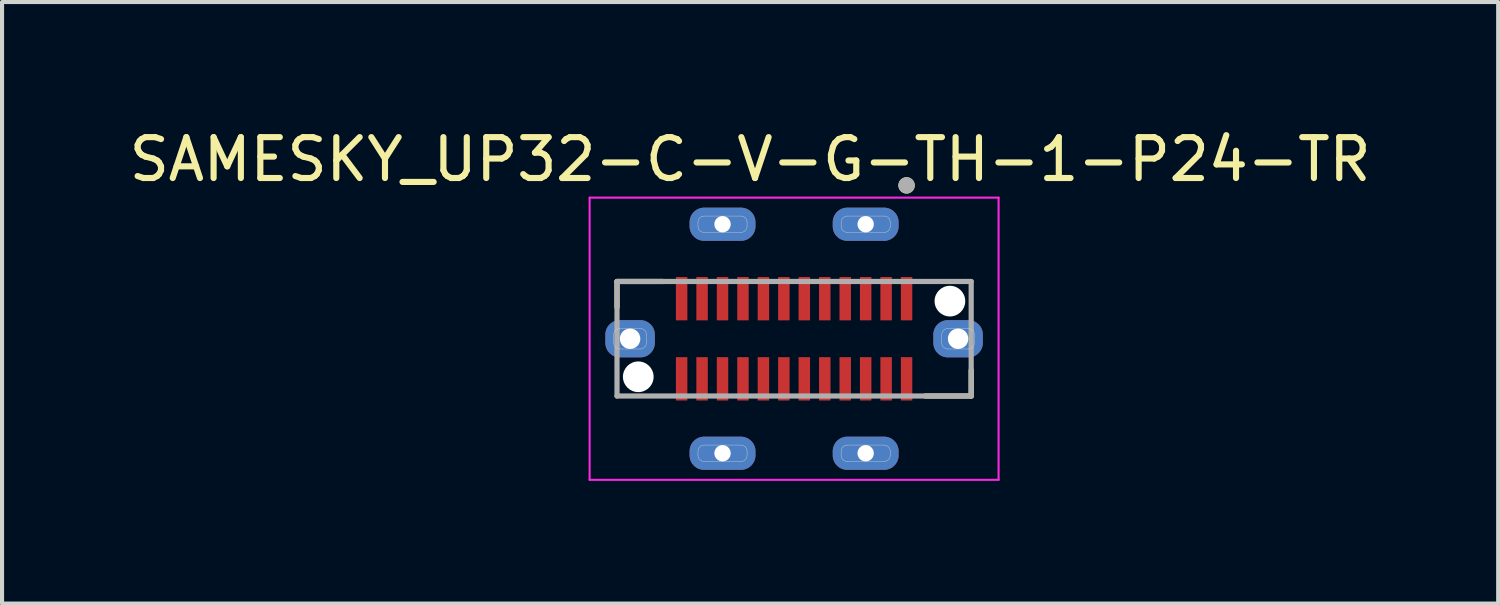
<source format=kicad_pcb>
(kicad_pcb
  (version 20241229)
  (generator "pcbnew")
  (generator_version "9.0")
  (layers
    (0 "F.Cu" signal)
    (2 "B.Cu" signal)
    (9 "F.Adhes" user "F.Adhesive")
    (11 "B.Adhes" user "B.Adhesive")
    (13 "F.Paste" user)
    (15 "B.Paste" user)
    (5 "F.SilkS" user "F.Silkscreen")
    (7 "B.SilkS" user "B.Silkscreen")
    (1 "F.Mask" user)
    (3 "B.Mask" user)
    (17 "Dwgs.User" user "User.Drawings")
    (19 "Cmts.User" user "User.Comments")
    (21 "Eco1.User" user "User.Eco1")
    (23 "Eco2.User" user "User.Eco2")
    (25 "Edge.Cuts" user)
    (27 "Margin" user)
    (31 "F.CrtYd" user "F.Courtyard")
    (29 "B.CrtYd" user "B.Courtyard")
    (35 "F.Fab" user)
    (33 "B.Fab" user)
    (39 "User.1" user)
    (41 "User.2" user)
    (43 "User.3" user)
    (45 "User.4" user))
  (footprint "SAMESKY_UP32-C-V-G-TH-1-P24-TR"
    (layer "F.Cu")
    (at 16.367 5.233)
    (property "Reference" "SAMESKY_UP32-C-V-G-TH-1-P24-TR" (at -1.075 -4.385 0) (layer "F.SilkS") (effects (font (size 1 1) (thickness 0.15))))
    (attr smd)
    (fp_poly (pts (xy -4.26 -0.55) (xy -3.76 -0.55) (xy -3.736 -0.549) (xy -3.713 -0.548) (xy -3.69 -0.544) (xy -3.666 -0.54) (xy -3.644 -0.535) (xy -3.621 -0.528) (xy -3.599 -0.52) (xy -3.577 -0.511) (xy -3.556 -0.501) (xy -3.535 -0.49) (xy -3.515 -0.477) (xy -3.495 -0.464) (xy -3.477 -0.45) (xy -3.459 -0.434) (xy -3.442 -0.418) (xy -3.426 -0.401) (xy -3.41 -0.383) (xy -3.396 -0.365) (xy -3.383 -0.345) (xy -3.37 -0.325) (xy -3.359 -0.304) (xy -3.349 -0.283) (xy -3.34 -0.261) (xy -3.332 -0.239) (xy -3.325 -0.216) (xy -3.32 -0.194) (xy -3.316 -0.17) (xy -3.312 -0.147) (xy -3.311 -0.124) (xy -3.31 -0.1) (xy -3.31 0.1) (xy -3.311 0.124) (xy -3.312 0.147) (xy -3.316 0.17) (xy -3.32 0.194) (xy -3.325 0.216) (xy -3.332 0.239) (xy -3.34 0.261) (xy -3.349 0.283) (xy -3.359 0.304) (xy -3.37 0.325) (xy -3.383 0.345) (xy -3.396 0.365) (xy -3.41 0.383) (xy -3.426 0.401) (xy -3.442 0.418) (xy -3.459 0.434) (xy -3.477 0.45) (xy -3.495 0.464) (xy -3.515 0.477) (xy -3.535 0.49) (xy -3.556 0.501) (xy -3.577 0.511) (xy -3.599 0.52) (xy -3.621 0.528) (xy -3.644 0.535) (xy -3.666 0.54) (xy -3.69 0.544) (xy -3.713 0.548) (xy -3.736 0.549) (xy -3.76 0.55) (xy -4.26 0.55) (xy -4.284 0.549) (xy -4.307 0.548) (xy -4.33 0.544) (xy -4.354 0.54) (xy -4.376 0.535) (xy -4.399 0.528) (xy -4.421 0.52) (xy -4.443 0.511) (xy -4.464 0.501) (xy -4.485 0.49) (xy -4.505 0.477) (xy -4.525 0.464) (xy -4.543 0.45) (xy -4.561 0.434) (xy -4.578 0.418) (xy -4.594 0.401) (xy -4.61 0.383) (xy -4.624 0.365) (xy -4.637 0.345) (xy -4.65 0.325) (xy -4.661 0.304) (xy -4.671 0.283) (xy -4.68 0.261) (xy -4.688 0.239) (xy -4.695 0.216) (xy -4.7 0.194) (xy -4.704 0.17) (xy -4.708 0.147) (xy -4.709 0.124) (xy -4.71 0.1) (xy -4.71 -0.1) (xy -4.709 -0.124) (xy -4.708 -0.147) (xy -4.704 -0.17) (xy -4.7 -0.194) (xy -4.695 -0.216) (xy -4.688 -0.239) (xy -4.68 -0.261) (xy -4.671 -0.283) (xy -4.661 -0.304) (xy -4.65 -0.325) (xy -4.637 -0.345) (xy -4.624 -0.365) (xy -4.61 -0.383) (xy -4.594 -0.401) (xy -4.578 -0.418) (xy -4.561 -0.434) (xy -4.543 -0.45) (xy -4.525 -0.464) (xy -4.505 -0.477) (xy -4.485 -0.49) (xy -4.464 -0.501) (xy -4.443 -0.511) (xy -4.421 -0.52) (xy -4.399 -0.528) (xy -4.376 -0.535) (xy -4.354 -0.54) (xy -4.33 -0.544) (xy -4.307 -0.548) (xy -4.284 -0.549) (xy -4.26 -0.55)) (stroke (width 0.01) (type solid)) (fill yes) (layer "F.Mask"))
    (fp_poly (pts (xy -2.65 -2.75) (xy -2.65 -2.85) (xy -2.649 -2.874) (xy -2.648 -2.897) (xy -2.644 -2.92) (xy -2.64 -2.944) (xy -2.635 -2.966) (xy -2.628 -2.989) (xy -2.62 -3.011) (xy -2.611 -3.033) (xy -2.601 -3.054) (xy -2.59 -3.075) (xy -2.577 -3.095) (xy -2.564 -3.115) (xy -2.55 -3.133) (xy -2.534 -3.151) (xy -2.518 -3.168) (xy -2.501 -3.184) (xy -2.483 -3.2) (xy -2.465 -3.214) (xy -2.445 -3.227) (xy -2.425 -3.24) (xy -2.404 -3.251) (xy -2.383 -3.261) (xy -2.361 -3.27) (xy -2.339 -3.278) (xy -2.316 -3.285) (xy -2.294 -3.29) (xy -2.27 -3.294) (xy -2.247 -3.298) (xy -2.224 -3.299) (xy -2.2 -3.3) (xy -1.3 -3.3) (xy -1.276 -3.299) (xy -1.253 -3.298) (xy -1.23 -3.294) (xy -1.206 -3.29) (xy -1.184 -3.285) (xy -1.161 -3.278) (xy -1.139 -3.27) (xy -1.117 -3.261) (xy -1.096 -3.251) (xy -1.075 -3.24) (xy -1.055 -3.227) (xy -1.035 -3.214) (xy -1.017 -3.2) (xy -0.999 -3.184) (xy -0.982 -3.168) (xy -0.966 -3.151) (xy -0.95 -3.133) (xy -0.936 -3.115) (xy -0.923 -3.095) (xy -0.91 -3.075) (xy -0.899 -3.054) (xy -0.889 -3.033) (xy -0.88 -3.011) (xy -0.872 -2.989) (xy -0.865 -2.966) (xy -0.86 -2.944) (xy -0.856 -2.92) (xy -0.852 -2.897) (xy -0.851 -2.874) (xy -0.85 -2.85) (xy -0.85 -2.75) (xy -0.851 -2.726) (xy -0.852 -2.703) (xy -0.856 -2.68) (xy -0.86 -2.656) (xy -0.865 -2.634) (xy -0.872 -2.611) (xy -0.88 -2.589) (xy -0.889 -2.567) (xy -0.899 -2.546) (xy -0.91 -2.525) (xy -0.923 -2.505) (xy -0.936 -2.485) (xy -0.95 -2.467) (xy -0.966 -2.449) (xy -0.982 -2.432) (xy -0.999 -2.416) (xy -1.017 -2.4) (xy -1.035 -2.386) (xy -1.055 -2.373) (xy -1.075 -2.36) (xy -1.096 -2.349) (xy -1.117 -2.339) (xy -1.139 -2.33) (xy -1.161 -2.322) (xy -1.184 -2.315) (xy -1.206 -2.31) (xy -1.23 -2.306) (xy -1.253 -2.302) (xy -1.276 -2.301) (xy -1.3 -2.3) (xy -2.2 -2.3) (xy -2.224 -2.301) (xy -2.247 -2.302) (xy -2.27 -2.306) (xy -2.294 -2.31) (xy -2.316 -2.315) (xy -2.339 -2.322) (xy -2.361 -2.33) (xy -2.383 -2.339) (xy -2.404 -2.349) (xy -2.425 -2.36) (xy -2.445 -2.373) (xy -2.465 -2.386) (xy -2.483 -2.4) (xy -2.501 -2.416) (xy -2.518 -2.432) (xy -2.534 -2.449) (xy -2.55 -2.467) (xy -2.564 -2.485) (xy -2.577 -2.505) (xy -2.59 -2.525) (xy -2.601 -2.546) (xy -2.611 -2.567) (xy -2.62 -2.589) (xy -2.628 -2.611) (xy -2.635 -2.634) (xy -2.64 -2.656) (xy -2.644 -2.68) (xy -2.648 -2.703) (xy -2.649 -2.726) (xy -2.65 -2.75)) (stroke (width 0.01) (type solid)) (fill yes) (layer "F.Mask"))
    (fp_poly (pts (xy -2.65 2.85) (xy -2.65 2.75) (xy -2.649 2.726) (xy -2.648 2.703) (xy -2.644 2.68) (xy -2.64 2.656) (xy -2.635 2.634) (xy -2.628 2.611) (xy -2.62 2.589) (xy -2.611 2.567) (xy -2.601 2.546) (xy -2.59 2.525) (xy -2.577 2.505) (xy -2.564 2.485) (xy -2.55 2.467) (xy -2.534 2.449) (xy -2.518 2.432) (xy -2.501 2.416) (xy -2.483 2.4) (xy -2.465 2.386) (xy -2.445 2.373) (xy -2.425 2.36) (xy -2.404 2.349) (xy -2.383 2.339) (xy -2.361 2.33) (xy -2.339 2.322) (xy -2.316 2.315) (xy -2.294 2.31) (xy -2.27 2.306) (xy -2.247 2.302) (xy -2.224 2.301) (xy -2.2 2.3) (xy -1.3 2.3) (xy -1.276 2.301) (xy -1.253 2.302) (xy -1.23 2.306) (xy -1.206 2.31) (xy -1.184 2.315) (xy -1.161 2.322) (xy -1.139 2.33) (xy -1.117 2.339) (xy -1.096 2.349) (xy -1.075 2.36) (xy -1.055 2.373) (xy -1.035 2.386) (xy -1.017 2.4) (xy -0.999 2.416) (xy -0.982 2.432) (xy -0.966 2.449) (xy -0.95 2.467) (xy -0.936 2.485) (xy -0.923 2.505) (xy -0.91 2.525) (xy -0.899 2.546) (xy -0.889 2.567) (xy -0.88 2.589) (xy -0.872 2.611) (xy -0.865 2.634) (xy -0.86 2.656) (xy -0.856 2.68) (xy -0.852 2.703) (xy -0.851 2.726) (xy -0.85 2.75) (xy -0.85 2.85) (xy -0.851 2.874) (xy -0.852 2.897) (xy -0.856 2.92) (xy -0.86 2.944) (xy -0.865 2.966) (xy -0.872 2.989) (xy -0.88 3.011) (xy -0.889 3.033) (xy -0.899 3.054) (xy -0.91 3.075) (xy -0.923 3.095) (xy -0.936 3.115) (xy -0.95 3.133) (xy -0.966 3.151) (xy -0.982 3.168) (xy -0.999 3.184) (xy -1.017 3.2) (xy -1.035 3.214) (xy -1.055 3.227) (xy -1.075 3.24) (xy -1.096 3.251) (xy -1.117 3.261) (xy -1.139 3.27) (xy -1.161 3.278) (xy -1.184 3.285) (xy -1.206 3.29) (xy -1.23 3.294) (xy -1.253 3.298) (xy -1.276 3.299) (xy -1.3 3.3) (xy -2.2 3.3) (xy -2.224 3.299) (xy -2.247 3.298) (xy -2.27 3.294) (xy -2.294 3.29) (xy -2.316 3.285) (xy -2.339 3.278) (xy -2.361 3.27) (xy -2.383 3.261) (xy -2.404 3.251) (xy -2.425 3.24) (xy -2.445 3.227) (xy -2.465 3.214) (xy -2.483 3.2) (xy -2.501 3.184) (xy -2.518 3.168) (xy -2.534 3.151) (xy -2.55 3.133) (xy -2.564 3.115) (xy -2.577 3.095) (xy -2.59 3.075) (xy -2.601 3.054) (xy -2.611 3.033) (xy -2.62 3.011) (xy -2.628 2.989) (xy -2.635 2.966) (xy -2.64 2.944) (xy -2.644 2.92) (xy -2.648 2.897) (xy -2.649 2.874) (xy -2.65 2.85)) (stroke (width 0.01) (type solid)) (fill yes) (layer "F.Mask"))
    (fp_poly (pts (xy 0.85 -2.75) (xy 0.85 -2.85) (xy 0.851 -2.874) (xy 0.852 -2.897) (xy 0.856 -2.92) (xy 0.86 -2.944) (xy 0.865 -2.966) (xy 0.872 -2.989) (xy 0.88 -3.011) (xy 0.889 -3.033) (xy 0.899 -3.054) (xy 0.91 -3.075) (xy 0.923 -3.095) (xy 0.936 -3.115) (xy 0.95 -3.133) (xy 0.966 -3.151) (xy 0.982 -3.168) (xy 0.999 -3.184) (xy 1.017 -3.2) (xy 1.035 -3.214) (xy 1.055 -3.227) (xy 1.075 -3.24) (xy 1.096 -3.251) (xy 1.117 -3.261) (xy 1.139 -3.27) (xy 1.161 -3.278) (xy 1.184 -3.285) (xy 1.206 -3.29) (xy 1.23 -3.294) (xy 1.253 -3.298) (xy 1.276 -3.299) (xy 1.3 -3.3) (xy 2.2 -3.3) (xy 2.224 -3.299) (xy 2.247 -3.298) (xy 2.27 -3.294) (xy 2.294 -3.29) (xy 2.316 -3.285) (xy 2.339 -3.278) (xy 2.361 -3.27) (xy 2.383 -3.261) (xy 2.404 -3.251) (xy 2.425 -3.24) (xy 2.445 -3.227) (xy 2.465 -3.214) (xy 2.483 -3.2) (xy 2.501 -3.184) (xy 2.518 -3.168) (xy 2.534 -3.151) (xy 2.55 -3.133) (xy 2.564 -3.115) (xy 2.577 -3.095) (xy 2.59 -3.075) (xy 2.601 -3.054) (xy 2.611 -3.033) (xy 2.62 -3.011) (xy 2.628 -2.989) (xy 2.635 -2.966) (xy 2.64 -2.944) (xy 2.644 -2.92) (xy 2.648 -2.897) (xy 2.649 -2.874) (xy 2.65 -2.85) (xy 2.65 -2.75) (xy 2.649 -2.726) (xy 2.648 -2.703) (xy 2.644 -2.68) (xy 2.64 -2.656) (xy 2.635 -2.634) (xy 2.628 -2.611) (xy 2.62 -2.589) (xy 2.611 -2.567) (xy 2.601 -2.546) (xy 2.59 -2.525) (xy 2.577 -2.505) (xy 2.564 -2.485) (xy 2.55 -2.467) (xy 2.534 -2.449) (xy 2.518 -2.432) (xy 2.501 -2.416) (xy 2.483 -2.4) (xy 2.465 -2.386) (xy 2.445 -2.373) (xy 2.425 -2.36) (xy 2.404 -2.349) (xy 2.383 -2.339) (xy 2.361 -2.33) (xy 2.339 -2.322) (xy 2.316 -2.315) (xy 2.294 -2.31) (xy 2.27 -2.306) (xy 2.247 -2.302) (xy 2.224 -2.301) (xy 2.2 -2.3) (xy 1.3 -2.3) (xy 1.276 -2.301) (xy 1.253 -2.302) (xy 1.23 -2.306) (xy 1.206 -2.31) (xy 1.184 -2.315) (xy 1.161 -2.322) (xy 1.139 -2.33) (xy 1.117 -2.339) (xy 1.096 -2.349) (xy 1.075 -2.36) (xy 1.055 -2.373) (xy 1.035 -2.386) (xy 1.017 -2.4) (xy 0.999 -2.416) (xy 0.982 -2.432) (xy 0.966 -2.449) (xy 0.95 -2.467) (xy 0.936 -2.485) (xy 0.923 -2.505) (xy 0.91 -2.525) (xy 0.899 -2.546) (xy 0.889 -2.567) (xy 0.88 -2.589) (xy 0.872 -2.611) (xy 0.865 -2.634) (xy 0.86 -2.656) (xy 0.856 -2.68) (xy 0.852 -2.703) (xy 0.851 -2.726) (xy 0.85 -2.75)) (stroke (width 0.01) (type solid)) (fill yes) (layer "F.Mask"))
    (fp_poly (pts (xy 0.85 2.85) (xy 0.85 2.75) (xy 0.851 2.726) (xy 0.852 2.703) (xy 0.856 2.68) (xy 0.86 2.656) (xy 0.865 2.634) (xy 0.872 2.611) (xy 0.88 2.589) (xy 0.889 2.567) (xy 0.899 2.546) (xy 0.91 2.525) (xy 0.923 2.505) (xy 0.936 2.485) (xy 0.95 2.467) (xy 0.966 2.449) (xy 0.982 2.432) (xy 0.999 2.416) (xy 1.017 2.4) (xy 1.035 2.386) (xy 1.055 2.373) (xy 1.075 2.36) (xy 1.096 2.349) (xy 1.117 2.339) (xy 1.139 2.33) (xy 1.161 2.322) (xy 1.184 2.315) (xy 1.206 2.31) (xy 1.23 2.306) (xy 1.253 2.302) (xy 1.276 2.301) (xy 1.3 2.3) (xy 2.2 2.3) (xy 2.224 2.301) (xy 2.247 2.302) (xy 2.27 2.306) (xy 2.294 2.31) (xy 2.316 2.315) (xy 2.339 2.322) (xy 2.361 2.33) (xy 2.383 2.339) (xy 2.404 2.349) (xy 2.425 2.36) (xy 2.445 2.373) (xy 2.465 2.386) (xy 2.483 2.4) (xy 2.501 2.416) (xy 2.518 2.432) (xy 2.534 2.449) (xy 2.55 2.467) (xy 2.564 2.485) (xy 2.577 2.505) (xy 2.59 2.525) (xy 2.601 2.546) (xy 2.611 2.567) (xy 2.62 2.589) (xy 2.628 2.611) (xy 2.635 2.634) (xy 2.64 2.656) (xy 2.644 2.68) (xy 2.648 2.703) (xy 2.649 2.726) (xy 2.65 2.75) (xy 2.65 2.85) (xy 2.649 2.874) (xy 2.648 2.897) (xy 2.644 2.92) (xy 2.64 2.944) (xy 2.635 2.966) (xy 2.628 2.989) (xy 2.62 3.011) (xy 2.611 3.033) (xy 2.601 3.054) (xy 2.59 3.075) (xy 2.577 3.095) (xy 2.564 3.115) (xy 2.55 3.133) (xy 2.534 3.151) (xy 2.518 3.168) (xy 2.501 3.184) (xy 2.483 3.2) (xy 2.465 3.214) (xy 2.445 3.227) (xy 2.425 3.24) (xy 2.404 3.251) (xy 2.383 3.261) (xy 2.361 3.27) (xy 2.339 3.278) (xy 2.316 3.285) (xy 2.294 3.29) (xy 2.27 3.294) (xy 2.247 3.298) (xy 2.224 3.299) (xy 2.2 3.3) (xy 1.3 3.3) (xy 1.276 3.299) (xy 1.253 3.298) (xy 1.23 3.294) (xy 1.206 3.29) (xy 1.184 3.285) (xy 1.161 3.278) (xy 1.139 3.27) (xy 1.117 3.261) (xy 1.096 3.251) (xy 1.075 3.24) (xy 1.055 3.227) (xy 1.035 3.214) (xy 1.017 3.2) (xy 0.999 3.184) (xy 0.982 3.168) (xy 0.966 3.151) (xy 0.95 3.133) (xy 0.936 3.115) (xy 0.923 3.095) (xy 0.91 3.075) (xy 0.899 3.054) (xy 0.889 3.033) (xy 0.88 3.011) (xy 0.872 2.989) (xy 0.865 2.966) (xy 0.86 2.944) (xy 0.856 2.92) (xy 0.852 2.897) (xy 0.851 2.874) (xy 0.85 2.85)) (stroke (width 0.01) (type solid)) (fill yes) (layer "F.Mask"))
    (fp_poly (pts (xy 3.76 -0.55) (xy 4.26 -0.55) (xy 4.284 -0.549) (xy 4.307 -0.548) (xy 4.33 -0.544) (xy 4.354 -0.54) (xy 4.376 -0.535) (xy 4.399 -0.528) (xy 4.421 -0.52) (xy 4.443 -0.511) (xy 4.464 -0.501) (xy 4.485 -0.49) (xy 4.505 -0.477) (xy 4.525 -0.464) (xy 4.543 -0.45) (xy 4.561 -0.434) (xy 4.578 -0.418) (xy 4.594 -0.401) (xy 4.61 -0.383) (xy 4.624 -0.365) (xy 4.637 -0.345) (xy 4.65 -0.325) (xy 4.661 -0.304) (xy 4.671 -0.283) (xy 4.68 -0.261) (xy 4.688 -0.239) (xy 4.695 -0.216) (xy 4.7 -0.194) (xy 4.704 -0.17) (xy 4.708 -0.147) (xy 4.709 -0.124) (xy 4.71 -0.1) (xy 4.71 0.1) (xy 4.709 0.124) (xy 4.708 0.147) (xy 4.704 0.17) (xy 4.7 0.194) (xy 4.695 0.216) (xy 4.688 0.239) (xy 4.68 0.261) (xy 4.671 0.283) (xy 4.661 0.304) (xy 4.65 0.325) (xy 4.637 0.345) (xy 4.624 0.365) (xy 4.61 0.383) (xy 4.594 0.401) (xy 4.578 0.418) (xy 4.561 0.434) (xy 4.543 0.45) (xy 4.525 0.464) (xy 4.505 0.477) (xy 4.485 0.49) (xy 4.464 0.501) (xy 4.443 0.511) (xy 4.421 0.52) (xy 4.399 0.528) (xy 4.376 0.535) (xy 4.354 0.54) (xy 4.33 0.544) (xy 4.307 0.548) (xy 4.284 0.549) (xy 4.26 0.55) (xy 3.76 0.55) (xy 3.736 0.549) (xy 3.713 0.548) (xy 3.69 0.544) (xy 3.666 0.54) (xy 3.644 0.535) (xy 3.621 0.528) (xy 3.599 0.52) (xy 3.577 0.511) (xy 3.556 0.501) (xy 3.535 0.49) (xy 3.515 0.477) (xy 3.495 0.464) (xy 3.477 0.45) (xy 3.459 0.434) (xy 3.442 0.418) (xy 3.426 0.401) (xy 3.41 0.383) (xy 3.396 0.365) (xy 3.383 0.345) (xy 3.37 0.325) (xy 3.359 0.304) (xy 3.349 0.283) (xy 3.34 0.261) (xy 3.332 0.239) (xy 3.325 0.216) (xy 3.32 0.194) (xy 3.316 0.17) (xy 3.312 0.147) (xy 3.311 0.124) (xy 3.31 0.1) (xy 3.31 -0.1) (xy 3.311 -0.124) (xy 3.312 -0.147) (xy 3.316 -0.17) (xy 3.32 -0.194) (xy 3.325 -0.216) (xy 3.332 -0.239) (xy 3.34 -0.261) (xy 3.349 -0.283) (xy 3.359 -0.304) (xy 3.37 -0.325) (xy 3.383 -0.345) (xy 3.396 -0.365) (xy 3.41 -0.383) (xy 3.426 -0.401) (xy 3.442 -0.418) (xy 3.459 -0.434) (xy 3.477 -0.45) (xy 3.495 -0.464) (xy 3.515 -0.477) (xy 3.535 -0.49) (xy 3.556 -0.501) (xy 3.577 -0.511) (xy 3.599 -0.52) (xy 3.621 -0.528) (xy 3.644 -0.535) (xy 3.666 -0.54) (xy 3.69 -0.544) (xy 3.713 -0.548) (xy 3.736 -0.549) (xy 3.76 -0.55)) (stroke (width 0.01) (type solid)) (fill yes) (layer "F.Mask"))
    (fp_poly (pts (xy -3.76 -0.55) (xy -4.26 -0.55) (xy -4.284 -0.549) (xy -4.307 -0.548) (xy -4.33 -0.544) (xy -4.354 -0.54) (xy -4.376 -0.535) (xy -4.399 -0.528) (xy -4.421 -0.52) (xy -4.443 -0.511) (xy -4.464 -0.501) (xy -4.485 -0.49) (xy -4.505 -0.477) (xy -4.525 -0.464) (xy -4.543 -0.45) (xy -4.561 -0.434) (xy -4.578 -0.418) (xy -4.594 -0.401) (xy -4.61 -0.383) (xy -4.624 -0.365) (xy -4.637 -0.345) (xy -4.65 -0.325) (xy -4.661 -0.304) (xy -4.671 -0.283) (xy -4.68 -0.261) (xy -4.688 -0.239) (xy -4.695 -0.216) (xy -4.7 -0.194) (xy -4.704 -0.17) (xy -4.708 -0.147) (xy -4.709 -0.124) (xy -4.71 -0.1) (xy -4.71 0.1) (xy -4.709 0.124) (xy -4.708 0.147) (xy -4.704 0.17) (xy -4.7 0.194) (xy -4.695 0.216) (xy -4.688 0.239) (xy -4.68 0.261) (xy -4.671 0.283) (xy -4.661 0.304) (xy -4.65 0.325) (xy -4.637 0.345) (xy -4.624 0.365) (xy -4.61 0.383) (xy -4.594 0.401) (xy -4.578 0.418) (xy -4.561 0.434) (xy -4.543 0.45) (xy -4.525 0.464) (xy -4.505 0.477) (xy -4.485 0.49) (xy -4.464 0.501) (xy -4.443 0.511) (xy -4.421 0.52) (xy -4.399 0.528) (xy -4.376 0.535) (xy -4.354 0.54) (xy -4.33 0.544) (xy -4.307 0.548) (xy -4.284 0.549) (xy -4.26 0.55) (xy -3.76 0.55) (xy -3.736 0.549) (xy -3.713 0.548) (xy -3.69 0.544) (xy -3.666 0.54) (xy -3.644 0.535) (xy -3.621 0.528) (xy -3.599 0.52) (xy -3.577 0.511) (xy -3.556 0.501) (xy -3.535 0.49) (xy -3.515 0.477) (xy -3.495 0.464) (xy -3.477 0.45) (xy -3.459 0.434) (xy -3.442 0.418) (xy -3.426 0.401) (xy -3.41 0.383) (xy -3.396 0.365) (xy -3.383 0.345) (xy -3.37 0.325) (xy -3.359 0.304) (xy -3.349 0.283) (xy -3.34 0.261) (xy -3.332 0.239) (xy -3.325 0.216) (xy -3.32 0.194) (xy -3.316 0.17) (xy -3.312 0.147) (xy -3.311 0.124) (xy -3.31 0.1) (xy -3.31 -0.1) (xy -3.311 -0.124) (xy -3.312 -0.147) (xy -3.316 -0.17) (xy -3.32 -0.194) (xy -3.325 -0.216) (xy -3.332 -0.239) (xy -3.34 -0.261) (xy -3.349 -0.283) (xy -3.359 -0.304) (xy -3.37 -0.325) (xy -3.383 -0.345) (xy -3.396 -0.365) (xy -3.41 -0.383) (xy -3.426 -0.401) (xy -3.442 -0.418) (xy -3.459 -0.434) (xy -3.477 -0.45) (xy -3.495 -0.464) (xy -3.515 -0.477) (xy -3.535 -0.49) (xy -3.556 -0.501) (xy -3.577 -0.511) (xy -3.599 -0.52) (xy -3.621 -0.528) (xy -3.644 -0.535) (xy -3.666 -0.54) (xy -3.69 -0.544) (xy -3.713 -0.548) (xy -3.736 -0.549) (xy -3.76 -0.55)) (stroke (width 0.01) (type solid)) (fill yes) (layer "B.Mask"))
    (fp_poly (pts (xy -0.85 -2.75) (xy -0.85 -2.85) (xy -0.851 -2.874) (xy -0.852 -2.897) (xy -0.856 -2.92) (xy -0.86 -2.944) (xy -0.865 -2.966) (xy -0.872 -2.989) (xy -0.88 -3.011) (xy -0.889 -3.033) (xy -0.899 -3.054) (xy -0.91 -3.075) (xy -0.923 -3.095) (xy -0.936 -3.115) (xy -0.95 -3.133) (xy -0.966 -3.151) (xy -0.982 -3.168) (xy -0.999 -3.184) (xy -1.017 -3.2) (xy -1.035 -3.214) (xy -1.055 -3.227) (xy -1.075 -3.24) (xy -1.096 -3.251) (xy -1.117 -3.261) (xy -1.139 -3.27) (xy -1.161 -3.278) (xy -1.184 -3.285) (xy -1.206 -3.29) (xy -1.23 -3.294) (xy -1.253 -3.298) (xy -1.276 -3.299) (xy -1.3 -3.3) (xy -2.2 -3.3) (xy -2.224 -3.299) (xy -2.247 -3.298) (xy -2.27 -3.294) (xy -2.294 -3.29) (xy -2.316 -3.285) (xy -2.339 -3.278) (xy -2.361 -3.27) (xy -2.383 -3.261) (xy -2.404 -3.251) (xy -2.425 -3.24) (xy -2.445 -3.227) (xy -2.465 -3.214) (xy -2.483 -3.2) (xy -2.501 -3.184) (xy -2.518 -3.168) (xy -2.534 -3.151) (xy -2.55 -3.133) (xy -2.564 -3.115) (xy -2.577 -3.095) (xy -2.59 -3.075) (xy -2.601 -3.054) (xy -2.611 -3.033) (xy -2.62 -3.011) (xy -2.628 -2.989) (xy -2.635 -2.966) (xy -2.64 -2.944) (xy -2.644 -2.92) (xy -2.648 -2.897) (xy -2.649 -2.874) (xy -2.65 -2.85) (xy -2.65 -2.75) (xy -2.649 -2.726) (xy -2.648 -2.703) (xy -2.644 -2.68) (xy -2.64 -2.656) (xy -2.635 -2.634) (xy -2.628 -2.611) (xy -2.62 -2.589) (xy -2.611 -2.567) (xy -2.601 -2.546) (xy -2.59 -2.525) (xy -2.577 -2.505) (xy -2.564 -2.485) (xy -2.55 -2.467) (xy -2.534 -2.449) (xy -2.518 -2.432) (xy -2.501 -2.416) (xy -2.483 -2.4) (xy -2.465 -2.386) (xy -2.445 -2.373) (xy -2.425 -2.36) (xy -2.404 -2.349) (xy -2.383 -2.339) (xy -2.361 -2.33) (xy -2.339 -2.322) (xy -2.316 -2.315) (xy -2.294 -2.31) (xy -2.27 -2.306) (xy -2.247 -2.302) (xy -2.224 -2.301) (xy -2.2 -2.3) (xy -1.3 -2.3) (xy -1.276 -2.301) (xy -1.253 -2.302) (xy -1.23 -2.306) (xy -1.206 -2.31) (xy -1.184 -2.315) (xy -1.161 -2.322) (xy -1.139 -2.33) (xy -1.117 -2.339) (xy -1.096 -2.349) (xy -1.075 -2.36) (xy -1.055 -2.373) (xy -1.035 -2.386) (xy -1.017 -2.4) (xy -0.999 -2.416) (xy -0.982 -2.432) (xy -0.966 -2.449) (xy -0.95 -2.467) (xy -0.936 -2.485) (xy -0.923 -2.505) (xy -0.91 -2.525) (xy -0.899 -2.546) (xy -0.889 -2.567) (xy -0.88 -2.589) (xy -0.872 -2.611) (xy -0.865 -2.634) (xy -0.86 -2.656) (xy -0.856 -2.68) (xy -0.852 -2.703) (xy -0.851 -2.726) (xy -0.85 -2.75)) (stroke (width 0.01) (type solid)) (fill yes) (layer "B.Mask"))
    (fp_poly (pts (xy -0.85 2.85) (xy -0.85 2.75) (xy -0.851 2.726) (xy -0.852 2.703) (xy -0.856 2.68) (xy -0.86 2.656) (xy -0.865 2.634) (xy -0.872 2.611) (xy -0.88 2.589) (xy -0.889 2.567) (xy -0.899 2.546) (xy -0.91 2.525) (xy -0.923 2.505) (xy -0.936 2.485) (xy -0.95 2.467) (xy -0.966 2.449) (xy -0.982 2.432) (xy -0.999 2.416) (xy -1.017 2.4) (xy -1.035 2.386) (xy -1.055 2.373) (xy -1.075 2.36) (xy -1.096 2.349) (xy -1.117 2.339) (xy -1.139 2.33) (xy -1.161 2.322) (xy -1.184 2.315) (xy -1.206 2.31) (xy -1.23 2.306) (xy -1.253 2.302) (xy -1.276 2.301) (xy -1.3 2.3) (xy -2.2 2.3) (xy -2.224 2.301) (xy -2.247 2.302) (xy -2.27 2.306) (xy -2.294 2.31) (xy -2.316 2.315) (xy -2.339 2.322) (xy -2.361 2.33) (xy -2.383 2.339) (xy -2.404 2.349) (xy -2.425 2.36) (xy -2.445 2.373) (xy -2.465 2.386) (xy -2.483 2.4) (xy -2.501 2.416) (xy -2.518 2.432) (xy -2.534 2.449) (xy -2.55 2.467) (xy -2.564 2.485) (xy -2.577 2.505) (xy -2.59 2.525) (xy -2.601 2.546) (xy -2.611 2.567) (xy -2.62 2.589) (xy -2.628 2.611) (xy -2.635 2.634) (xy -2.64 2.656) (xy -2.644 2.68) (xy -2.648 2.703) (xy -2.649 2.726) (xy -2.65 2.75) (xy -2.65 2.85) (xy -2.649 2.874) (xy -2.648 2.897) (xy -2.644 2.92) (xy -2.64 2.944) (xy -2.635 2.966) (xy -2.628 2.989) (xy -2.62 3.011) (xy -2.611 3.033) (xy -2.601 3.054) (xy -2.59 3.075) (xy -2.577 3.095) (xy -2.564 3.115) (xy -2.55 3.133) (xy -2.534 3.151) (xy -2.518 3.168) (xy -2.501 3.184) (xy -2.483 3.2) (xy -2.465 3.214) (xy -2.445 3.227) (xy -2.425 3.24) (xy -2.404 3.251) (xy -2.383 3.261) (xy -2.361 3.27) (xy -2.339 3.278) (xy -2.316 3.285) (xy -2.294 3.29) (xy -2.27 3.294) (xy -2.247 3.298) (xy -2.224 3.299) (xy -2.2 3.3) (xy -1.3 3.3) (xy -1.276 3.299) (xy -1.253 3.298) (xy -1.23 3.294) (xy -1.206 3.29) (xy -1.184 3.285) (xy -1.161 3.278) (xy -1.139 3.27) (xy -1.117 3.261) (xy -1.096 3.251) (xy -1.075 3.24) (xy -1.055 3.227) (xy -1.035 3.214) (xy -1.017 3.2) (xy -0.999 3.184) (xy -0.982 3.168) (xy -0.966 3.151) (xy -0.95 3.133) (xy -0.936 3.115) (xy -0.923 3.095) (xy -0.91 3.075) (xy -0.899 3.054) (xy -0.889 3.033) (xy -0.88 3.011) (xy -0.872 2.989) (xy -0.865 2.966) (xy -0.86 2.944) (xy -0.856 2.92) (xy -0.852 2.897) (xy -0.851 2.874) (xy -0.85 2.85)) (stroke (width 0.01) (type solid)) (fill yes) (layer "B.Mask"))
    (fp_poly (pts (xy 2.65 -2.75) (xy 2.65 -2.85) (xy 2.649 -2.874) (xy 2.648 -2.897) (xy 2.644 -2.92) (xy 2.64 -2.944) (xy 2.635 -2.966) (xy 2.628 -2.989) (xy 2.62 -3.011) (xy 2.611 -3.033) (xy 2.601 -3.054) (xy 2.59 -3.075) (xy 2.577 -3.095) (xy 2.564 -3.115) (xy 2.55 -3.133) (xy 2.534 -3.151) (xy 2.518 -3.168) (xy 2.501 -3.184) (xy 2.483 -3.2) (xy 2.465 -3.214) (xy 2.445 -3.227) (xy 2.425 -3.24) (xy 2.404 -3.251) (xy 2.383 -3.261) (xy 2.361 -3.27) (xy 2.339 -3.278) (xy 2.316 -3.285) (xy 2.294 -3.29) (xy 2.27 -3.294) (xy 2.247 -3.298) (xy 2.224 -3.299) (xy 2.2 -3.3) (xy 1.3 -3.3) (xy 1.276 -3.299) (xy 1.253 -3.298) (xy 1.23 -3.294) (xy 1.206 -3.29) (xy 1.184 -3.285) (xy 1.161 -3.278) (xy 1.139 -3.27) (xy 1.117 -3.261) (xy 1.096 -3.251) (xy 1.075 -3.24) (xy 1.055 -3.227) (xy 1.035 -3.214) (xy 1.017 -3.2) (xy 0.999 -3.184) (xy 0.982 -3.168) (xy 0.966 -3.151) (xy 0.95 -3.133) (xy 0.936 -3.115) (xy 0.923 -3.095) (xy 0.91 -3.075) (xy 0.899 -3.054) (xy 0.889 -3.033) (xy 0.88 -3.011) (xy 0.872 -2.989) (xy 0.865 -2.966) (xy 0.86 -2.944) (xy 0.856 -2.92) (xy 0.852 -2.897) (xy 0.851 -2.874) (xy 0.85 -2.85) (xy 0.85 -2.75) (xy 0.851 -2.726) (xy 0.852 -2.703) (xy 0.856 -2.68) (xy 0.86 -2.656) (xy 0.865 -2.634) (xy 0.872 -2.611) (xy 0.88 -2.589) (xy 0.889 -2.567) (xy 0.899 -2.546) (xy 0.91 -2.525) (xy 0.923 -2.505) (xy 0.936 -2.485) (xy 0.95 -2.467) (xy 0.966 -2.449) (xy 0.982 -2.432) (xy 0.999 -2.416) (xy 1.017 -2.4) (xy 1.035 -2.386) (xy 1.055 -2.373) (xy 1.075 -2.36) (xy 1.096 -2.349) (xy 1.117 -2.339) (xy 1.139 -2.33) (xy 1.161 -2.322) (xy 1.184 -2.315) (xy 1.206 -2.31) (xy 1.23 -2.306) (xy 1.253 -2.302) (xy 1.276 -2.301) (xy 1.3 -2.3) (xy 2.2 -2.3) (xy 2.224 -2.301) (xy 2.247 -2.302) (xy 2.27 -2.306) (xy 2.294 -2.31) (xy 2.316 -2.315) (xy 2.339 -2.322) (xy 2.361 -2.33) (xy 2.383 -2.339) (xy 2.404 -2.349) (xy 2.425 -2.36) (xy 2.445 -2.373) (xy 2.465 -2.386) (xy 2.483 -2.4) (xy 2.501 -2.416) (xy 2.518 -2.432) (xy 2.534 -2.449) (xy 2.55 -2.467) (xy 2.564 -2.485) (xy 2.577 -2.505) (xy 2.59 -2.525) (xy 2.601 -2.546) (xy 2.611 -2.567) (xy 2.62 -2.589) (xy 2.628 -2.611) (xy 2.635 -2.634) (xy 2.64 -2.656) (xy 2.644 -2.68) (xy 2.648 -2.703) (xy 2.649 -2.726) (xy 2.65 -2.75)) (stroke (width 0.01) (type solid)) (fill yes) (layer "B.Mask"))
    (fp_poly (pts (xy 2.65 2.85) (xy 2.65 2.75) (xy 2.649 2.726) (xy 2.648 2.703) (xy 2.644 2.68) (xy 2.64 2.656) (xy 2.635 2.634) (xy 2.628 2.611) (xy 2.62 2.589) (xy 2.611 2.567) (xy 2.601 2.546) (xy 2.59 2.525) (xy 2.577 2.505) (xy 2.564 2.485) (xy 2.55 2.467) (xy 2.534 2.449) (xy 2.518 2.432) (xy 2.501 2.416) (xy 2.483 2.4) (xy 2.465 2.386) (xy 2.445 2.373) (xy 2.425 2.36) (xy 2.404 2.349) (xy 2.383 2.339) (xy 2.361 2.33) (xy 2.339 2.322) (xy 2.316 2.315) (xy 2.294 2.31) (xy 2.27 2.306) (xy 2.247 2.302) (xy 2.224 2.301) (xy 2.2 2.3) (xy 1.3 2.3) (xy 1.276 2.301) (xy 1.253 2.302) (xy 1.23 2.306) (xy 1.206 2.31) (xy 1.184 2.315) (xy 1.161 2.322) (xy 1.139 2.33) (xy 1.117 2.339) (xy 1.096 2.349) (xy 1.075 2.36) (xy 1.055 2.373) (xy 1.035 2.386) (xy 1.017 2.4) (xy 0.999 2.416) (xy 0.982 2.432) (xy 0.966 2.449) (xy 0.95 2.467) (xy 0.936 2.485) (xy 0.923 2.505) (xy 0.91 2.525) (xy 0.899 2.546) (xy 0.889 2.567) (xy 0.88 2.589) (xy 0.872 2.611) (xy 0.865 2.634) (xy 0.86 2.656) (xy 0.856 2.68) (xy 0.852 2.703) (xy 0.851 2.726) (xy 0.85 2.75) (xy 0.85 2.85) (xy 0.851 2.874) (xy 0.852 2.897) (xy 0.856 2.92) (xy 0.86 2.944) (xy 0.865 2.966) (xy 0.872 2.989) (xy 0.88 3.011) (xy 0.889 3.033) (xy 0.899 3.054) (xy 0.91 3.075) (xy 0.923 3.095) (xy 0.936 3.115) (xy 0.95 3.133) (xy 0.966 3.151) (xy 0.982 3.168) (xy 0.999 3.184) (xy 1.017 3.2) (xy 1.035 3.214) (xy 1.055 3.227) (xy 1.075 3.24) (xy 1.096 3.251) (xy 1.117 3.261) (xy 1.139 3.27) (xy 1.161 3.278) (xy 1.184 3.285) (xy 1.206 3.29) (xy 1.23 3.294) (xy 1.253 3.298) (xy 1.276 3.299) (xy 1.3 3.3) (xy 2.2 3.3) (xy 2.224 3.299) (xy 2.247 3.298) (xy 2.27 3.294) (xy 2.294 3.29) (xy 2.316 3.285) (xy 2.339 3.278) (xy 2.361 3.27) (xy 2.383 3.261) (xy 2.404 3.251) (xy 2.425 3.24) (xy 2.445 3.227) (xy 2.465 3.214) (xy 2.483 3.2) (xy 2.501 3.184) (xy 2.518 3.168) (xy 2.534 3.151) (xy 2.55 3.133) (xy 2.564 3.115) (xy 2.577 3.095) (xy 2.59 3.075) (xy 2.601 3.054) (xy 2.611 3.033) (xy 2.62 3.011) (xy 2.628 2.989) (xy 2.635 2.966) (xy 2.64 2.944) (xy 2.644 2.92) (xy 2.648 2.897) (xy 2.649 2.874) (xy 2.65 2.85)) (stroke (width 0.01) (type solid)) (fill yes) (layer "B.Mask"))
    (fp_poly (pts (xy 4.26 -0.55) (xy 3.76 -0.55) (xy 3.736 -0.549) (xy 3.713 -0.548) (xy 3.69 -0.544) (xy 3.666 -0.54) (xy 3.644 -0.535) (xy 3.621 -0.528) (xy 3.599 -0.52) (xy 3.577 -0.511) (xy 3.556 -0.501) (xy 3.535 -0.49) (xy 3.515 -0.477) (xy 3.495 -0.464) (xy 3.477 -0.45) (xy 3.459 -0.434) (xy 3.442 -0.418) (xy 3.426 -0.401) (xy 3.41 -0.383) (xy 3.396 -0.365) (xy 3.383 -0.345) (xy 3.37 -0.325) (xy 3.359 -0.304) (xy 3.349 -0.283) (xy 3.34 -0.261) (xy 3.332 -0.239) (xy 3.325 -0.216) (xy 3.32 -0.194) (xy 3.316 -0.17) (xy 3.312 -0.147) (xy 3.311 -0.124) (xy 3.31 -0.1) (xy 3.31 0.1) (xy 3.311 0.124) (xy 3.312 0.147) (xy 3.316 0.17) (xy 3.32 0.194) (xy 3.325 0.216) (xy 3.332 0.239) (xy 3.34 0.261) (xy 3.349 0.283) (xy 3.359 0.304) (xy 3.37 0.325) (xy 3.383 0.345) (xy 3.396 0.365) (xy 3.41 0.383) (xy 3.426 0.401) (xy 3.442 0.418) (xy 3.459 0.434) (xy 3.477 0.45) (xy 3.495 0.464) (xy 3.515 0.477) (xy 3.535 0.49) (xy 3.556 0.501) (xy 3.577 0.511) (xy 3.599 0.52) (xy 3.621 0.528) (xy 3.644 0.535) (xy 3.666 0.54) (xy 3.69 0.544) (xy 3.713 0.548) (xy 3.736 0.549) (xy 3.76 0.55) (xy 4.26 0.55) (xy 4.284 0.549) (xy 4.307 0.548) (xy 4.33 0.544) (xy 4.354 0.54) (xy 4.376 0.535) (xy 4.399 0.528) (xy 4.421 0.52) (xy 4.443 0.511) (xy 4.464 0.501) (xy 4.485 0.49) (xy 4.505 0.477) (xy 4.525 0.464) (xy 4.543 0.45) (xy 4.561 0.434) (xy 4.578 0.418) (xy 4.594 0.401) (xy 4.61 0.383) (xy 4.624 0.365) (xy 4.637 0.345) (xy 4.65 0.325) (xy 4.661 0.304) (xy 4.671 0.283) (xy 4.68 0.261) (xy 4.688 0.239) (xy 4.695 0.216) (xy 4.7 0.194) (xy 4.704 0.17) (xy 4.708 0.147) (xy 4.709 0.124) (xy 4.71 0.1) (xy 4.71 -0.1) (xy 4.709 -0.124) (xy 4.708 -0.147) (xy 4.704 -0.17) (xy 4.7 -0.194) (xy 4.695 -0.216) (xy 4.688 -0.239) (xy 4.68 -0.261) (xy 4.671 -0.283) (xy 4.661 -0.304) (xy 4.65 -0.325) (xy 4.637 -0.345) (xy 4.624 -0.365) (xy 4.61 -0.383) (xy 4.594 -0.401) (xy 4.578 -0.418) (xy 4.561 -0.434) (xy 4.543 -0.45) (xy 4.525 -0.464) (xy 4.505 -0.477) (xy 4.485 -0.49) (xy 4.464 -0.501) (xy 4.443 -0.511) (xy 4.421 -0.52) (xy 4.399 -0.528) (xy 4.376 -0.535) (xy 4.354 -0.54) (xy 4.33 -0.544) (xy 4.307 -0.548) (xy 4.284 -0.549) (xy 4.26 -0.55)) (stroke (width 0.01) (type solid)) (fill yes) (layer "B.Mask"))
    (fp_line (start -4.33 -1.4) (end -3.21 -1.4) (stroke (width 0.127) (type solid)) (layer "F.SilkS"))
    (fp_line (start -4.33 -0.77) (end -4.33 -1.4) (stroke (width 0.127) (type solid)) (layer "F.SilkS"))
    (fp_line (start 4.33 0.77) (end 4.33 1.4) (stroke (width 0.127) (type solid)) (layer "F.SilkS"))
    (fp_line (start 4.33 1.4) (end 3.21 1.4) (stroke (width 0.127) (type solid)) (layer "F.SilkS"))
    (fp_circle (center 2.75 -3.75) (end 2.85 -3.75) (stroke (width 0.2) (type solid)) (fill no) (layer "F.SilkS"))
    (fp_line (start -4.41 0.1) (end -4.41 -0.1) (stroke (width 0.01) (type solid)) (layer "Edge.Cuts"))
    (fp_line (start -4.26 -0.25) (end -3.76 -0.25) (stroke (width 0.01) (type solid)) (layer "Edge.Cuts"))
    (fp_line (start -3.76 0.25) (end -4.26 0.25) (stroke (width 0.01) (type solid)) (layer "Edge.Cuts"))
    (fp_line (start -3.61 -0.1) (end -3.61 0.1) (stroke (width 0.01) (type solid)) (layer "Edge.Cuts"))
    (fp_line (start -2.35 -2.75) (end -2.35 -2.85) (stroke (width 0.01) (type solid)) (layer "Edge.Cuts"))
    (fp_line (start -2.35 2.85) (end -2.35 2.75) (stroke (width 0.01) (type solid)) (layer "Edge.Cuts"))
    (fp_line (start -2.2 -3) (end -1.3 -3) (stroke (width 0.01) (type solid)) (layer "Edge.Cuts"))
    (fp_line (start -2.2 2.6) (end -1.3 2.6) (stroke (width 0.01) (type solid)) (layer "Edge.Cuts"))
    (fp_line (start -1.3 -2.6) (end -2.2 -2.6) (stroke (width 0.01) (type solid)) (layer "Edge.Cuts"))
    (fp_line (start -1.3 3) (end -2.2 3) (stroke (width 0.01) (type solid)) (layer "Edge.Cuts"))
    (fp_line (start -1.15 -2.85) (end -1.15 -2.75) (stroke (width 0.01) (type solid)) (layer "Edge.Cuts"))
    (fp_line (start -1.15 2.75) (end -1.15 2.85) (stroke (width 0.01) (type solid)) (layer "Edge.Cuts"))
    (fp_line (start 1.15 -2.75) (end 1.15 -2.85) (stroke (width 0.01) (type solid)) (layer "Edge.Cuts"))
    (fp_line (start 1.15 2.85) (end 1.15 2.75) (stroke (width 0.01) (type solid)) (layer "Edge.Cuts"))
    (fp_line (start 1.3 -3) (end 2.2 -3) (stroke (width 0.01) (type solid)) (layer "Edge.Cuts"))
    (fp_line (start 1.3 2.6) (end 2.2 2.6) (stroke (width 0.01) (type solid)) (layer "Edge.Cuts"))
    (fp_line (start 2.2 -2.6) (end 1.3 -2.6) (stroke (width 0.01) (type solid)) (layer "Edge.Cuts"))
    (fp_line (start 2.2 3) (end 1.3 3) (stroke (width 0.01) (type solid)) (layer "Edge.Cuts"))
    (fp_line (start 2.35 -2.85) (end 2.35 -2.75) (stroke (width 0.01) (type solid)) (layer "Edge.Cuts"))
    (fp_line (start 2.35 2.75) (end 2.35 2.85) (stroke (width 0.01) (type solid)) (layer "Edge.Cuts"))
    (fp_line (start 3.61 0.1) (end 3.61 -0.1) (stroke (width 0.01) (type solid)) (layer "Edge.Cuts"))
    (fp_line (start 3.76 -0.25) (end 4.26 -0.25) (stroke (width 0.01) (type solid)) (layer "Edge.Cuts"))
    (fp_line (start 4.26 0.25) (end 3.76 0.25) (stroke (width 0.01) (type solid)) (layer "Edge.Cuts"))
    (fp_line (start 4.41 -0.1) (end 4.41 0.1) (stroke (width 0.01) (type solid)) (layer "Edge.Cuts"))
    (fp_arc (start -4.41 -0.1) (mid -4.366066 -0.206066) (end -4.26 -0.25) (stroke (width 0.01) (type solid)) (layer "Edge.Cuts"))
    (fp_arc (start -4.26 0.25) (mid -4.366066 0.206066) (end -4.41 0.1) (stroke (width 0.01) (type solid)) (layer "Edge.Cuts"))
    (fp_arc (start -3.76 -0.25) (mid -3.653934 -0.206066) (end -3.61 -0.1) (stroke (width 0.01) (type solid)) (layer "Edge.Cuts"))
    (fp_arc (start -3.61 0.1) (mid -3.653934 0.206066) (end -3.76 0.25) (stroke (width 0.01) (type solid)) (layer "Edge.Cuts"))
    (fp_arc (start -2.35 -2.85) (mid -2.306066 -2.956066) (end -2.2 -3) (stroke (width 0.01) (type solid)) (layer "Edge.Cuts"))
    (fp_arc (start -2.35 2.75) (mid -2.306066 2.643934) (end -2.2 2.6) (stroke (width 0.01) (type solid)) (layer "Edge.Cuts"))
    (fp_arc (start -2.2 -2.6) (mid -2.306066 -2.643934) (end -2.35 -2.75) (stroke (width 0.01) (type solid)) (layer "Edge.Cuts"))
    (fp_arc (start -2.2 3) (mid -2.306066 2.956066) (end -2.35 2.85) (stroke (width 0.01) (type solid)) (layer "Edge.Cuts"))
    (fp_arc (start -1.3 -3) (mid -1.193934 -2.956066) (end -1.15 -2.85) (stroke (width 0.01) (type solid)) (layer "Edge.Cuts"))
    (fp_arc (start -1.3 2.6) (mid -1.193934 2.643934) (end -1.15 2.75) (stroke (width 0.01) (type solid)) (layer "Edge.Cuts"))
    (fp_arc (start -1.15 -2.75) (mid -1.193934 -2.643934) (end -1.3 -2.6) (stroke (width 0.01) (type solid)) (layer "Edge.Cuts"))
    (fp_arc (start -1.15 2.85) (mid -1.193934 2.956066) (end -1.3 3) (stroke (width 0.01) (type solid)) (layer "Edge.Cuts"))
    (fp_arc (start 1.15 -2.85) (mid 1.193934 -2.956066) (end 1.3 -3) (stroke (width 0.01) (type solid)) (layer "Edge.Cuts"))
    (fp_arc (start 1.15 2.75) (mid 1.193934 2.643934) (end 1.3 2.6) (stroke (width 0.01) (type solid)) (layer "Edge.Cuts"))
    (fp_arc (start 1.3 -2.6) (mid 1.193934 -2.643934) (end 1.15 -2.75) (stroke (width 0.01) (type solid)) (layer "Edge.Cuts"))
    (fp_arc (start 1.3 3) (mid 1.193934 2.956066) (end 1.15 2.85) (stroke (width 0.01) (type solid)) (layer "Edge.Cuts"))
    (fp_arc (start 2.2 -3) (mid 2.306066 -2.956066) (end 2.35 -2.85) (stroke (width 0.01) (type solid)) (layer "Edge.Cuts"))
    (fp_arc (start 2.2 2.6) (mid 2.306066 2.643934) (end 2.35 2.75) (stroke (width 0.01) (type solid)) (layer "Edge.Cuts"))
    (fp_arc (start 2.35 -2.75) (mid 2.306066 -2.643934) (end 2.2 -2.6) (stroke (width 0.01) (type solid)) (layer "Edge.Cuts"))
    (fp_arc (start 2.35 2.85) (mid 2.306066 2.956066) (end 2.2 3) (stroke (width 0.01) (type solid)) (layer "Edge.Cuts"))
    (fp_arc (start 3.61 -0.1) (mid 3.653934 -0.206066) (end 3.76 -0.25) (stroke (width 0.01) (type solid)) (layer "Edge.Cuts"))
    (fp_arc (start 3.76 0.25) (mid 3.653934 0.206066) (end 3.61 0.1) (stroke (width 0.01) (type solid)) (layer "Edge.Cuts"))
    (fp_arc (start 4.26 -0.25) (mid 4.366066 -0.206066) (end 4.41 -0.1) (stroke (width 0.01) (type solid)) (layer "Edge.Cuts"))
    (fp_arc (start 4.41 0.1) (mid 4.366066 0.206066) (end 4.26 0.25) (stroke (width 0.01) (type solid)) (layer "Edge.Cuts"))
    (fp_line (start -5 -3.45) (end 5 -3.45) (stroke (width 0.05) (type solid)) (layer "F.CrtYd"))
    (fp_line (start -5 3.45) (end -5 -3.45) (stroke (width 0.05) (type solid)) (layer "F.CrtYd"))
    (fp_line (start 5 -3.45) (end 5 3.45) (stroke (width 0.05) (type solid)) (layer "F.CrtYd"))
    (fp_line (start 5 3.45) (end -5 3.45) (stroke (width 0.05) (type solid)) (layer "F.CrtYd"))
    (fp_line (start -4.33 -1.4) (end 4.33 -1.4) (stroke (width 0.127) (type solid)) (layer "F.Fab"))
    (fp_line (start -4.33 1.4) (end -4.33 -1.4) (stroke (width 0.127) (type solid)) (layer "F.Fab"))
    (fp_line (start 4.33 -1.4) (end 4.33 1.4) (stroke (width 0.127) (type solid)) (layer "F.Fab"))
    (fp_line (start 4.33 1.4) (end -4.33 1.4) (stroke (width 0.127) (type solid)) (layer "F.Fab"))
    (fp_circle (center 2.75 -3.75) (end 2.85 -3.75) (stroke (width 0.2) (type solid)) (fill no) (layer "F.Fab"))
    (pad "" np_thru_hole circle (at -3.81 0.93) (size 0.75 0.75) (drill 0.75) (layers "*.Cu" "*.Mask"))
    (pad "" np_thru_hole circle (at 3.81 -0.92) (size 0.75 0.75) (drill 0.75) (layers "*.Cu" "*.Mask"))
    (pad "A1" smd rect (at 2.75 -0.98) (size 0.28 1.06) (layers "F.Cu" "F.Mask" "F.Paste"))
    (pad "A2" smd rect (at 2.25 -0.98) (size 0.28 1.06) (layers "F.Cu" "F.Mask" "F.Paste"))
    (pad "A3" smd rect (at 1.75 -0.98) (size 0.28 1.06) (layers "F.Cu" "F.Mask" "F.Paste"))
    (pad "A4" smd rect (at 1.25 -0.98) (size 0.28 1.06) (layers "F.Cu" "F.Mask" "F.Paste"))
    (pad "A5" smd rect (at 0.75 -0.98) (size 0.28 1.06) (layers "F.Cu" "F.Mask" "F.Paste"))
    (pad "A6" smd rect (at 0.25 -0.98) (size 0.28 1.06) (layers "F.Cu" "F.Mask" "F.Paste"))
    (pad "A7" smd rect (at -0.25 -0.98) (size 0.28 1.06) (layers "F.Cu" "F.Mask" "F.Paste"))
    (pad "A8" smd rect (at -0.75 -0.98) (size 0.28 1.06) (layers "F.Cu" "F.Mask" "F.Paste"))
    (pad "A9" smd rect (at -1.25 -0.98) (size 0.28 1.06) (layers "F.Cu" "F.Mask" "F.Paste"))
    (pad "A10" smd rect (at -1.75 -0.98) (size 0.28 1.06) (layers "F.Cu" "F.Mask" "F.Paste"))
    (pad "A11" smd rect (at -2.25 -0.98) (size 0.28 1.06) (layers "F.Cu" "F.Mask" "F.Paste"))
    (pad "A12" smd rect (at -2.75 -0.98) (size 0.28 1.06) (layers "F.Cu" "F.Mask" "F.Paste"))
    (pad "B1" smd rect (at -2.75 0.98) (size 0.28 1.06) (layers "F.Cu" "F.Mask" "F.Paste"))
    (pad "B2" smd rect (at -2.25 0.98) (size 0.28 1.06) (layers "F.Cu" "F.Mask" "F.Paste"))
    (pad "B3" smd rect (at -1.75 0.98) (size 0.28 1.06) (layers "F.Cu" "F.Mask" "F.Paste"))
    (pad "B4" smd rect (at -1.25 0.98) (size 0.28 1.06) (layers "F.Cu" "F.Mask" "F.Paste"))
    (pad "B5" smd rect (at -0.75 0.98) (size 0.28 1.06) (layers "F.Cu" "F.Mask" "F.Paste"))
    (pad "B6" smd rect (at -0.25 0.98) (size 0.28 1.06) (layers "F.Cu" "F.Mask" "F.Paste"))
    (pad "B7" smd rect (at 0.25 0.98) (size 0.28 1.06) (layers "F.Cu" "F.Mask" "F.Paste"))
    (pad "B8" smd rect (at 0.75 0.98) (size 0.28 1.06) (layers "F.Cu" "F.Mask" "F.Paste"))
    (pad "B9" smd rect (at 1.25 0.98) (size 0.28 1.06) (layers "F.Cu" "F.Mask" "F.Paste"))
    (pad "B10" smd rect (at 1.75 0.98) (size 0.28 1.06) (layers "F.Cu" "F.Mask" "F.Paste"))
    (pad "B11" smd rect (at 2.25 0.98) (size 0.28 1.06) (layers "F.Cu" "F.Mask" "F.Paste"))
    (pad "B12" smd rect (at 2.75 0.98) (size 0.28 1.06) (layers "F.Cu" "F.Mask" "F.Paste"))
    (pad "SH1" thru_hole custom (at -4.01 0) (size 0.9 0.9) (drill 0.5) (layers "*.Cu") (options (anchor circle)) (primitives (gr_poly (pts (xy -0.25 -0.45) (xy 0.25 -0.45) (xy 0.268 -0.45) (xy 0.287 -0.448) (xy 0.305 -0.446) (xy 0.323 -0.442) (xy 0.341 -0.438) (xy 0.358 -0.433) (xy 0.375 -0.427) (xy 0.392 -0.42) (xy 0.409 -0.412) (xy 0.425 -0.403) (xy 0.441 -0.394) (xy 0.456 -0.383) (xy 0.47 -0.372) (xy 0.484 -0.36) (xy 0.497 -0.347) (xy 0.51 -0.334) (xy 0.522 -0.32) (xy 0.533 -0.306) (xy 0.544 -0.291) (xy 0.553 -0.275) (xy 0.562 -0.259) (xy 0.57 -0.242) (xy 0.577 -0.225) (xy 0.583 -0.208) (xy 0.588 -0.191) (xy 0.592 -0.173) (xy 0.596 -0.155) (xy 0.598 -0.137) (xy 0.6 -0.118) (xy 0.6 -0.1) (xy 0.6 0.1) (xy 0.6 0.118) (xy 0.598 0.137) (xy 0.596 0.155) (xy 0.592 0.173) (xy 0.588 0.191) (xy 0.583 0.208) (xy 0.577 0.225) (xy 0.57 0.242) (xy 0.562 0.259) (xy 0.553 0.275) (xy 0.544 0.291) (xy 0.533 0.306) (xy 0.522 0.32) (xy 0.51 0.334) (xy 0.497 0.347) (xy 0.484 0.36) (xy 0.47 0.372) (xy 0.456 0.383) (xy 0.441 0.394) (xy 0.425 0.403) (xy 0.409 0.412) (xy 0.392 0.42) (xy 0.375 0.427) (xy 0.358 0.433) (xy 0.341 0.438) (xy 0.323 0.442) (xy 0.305 0.446) (xy 0.287 0.448) (xy 0.268 0.45) (xy 0.25 0.45) (xy -0.25 0.45) (xy -0.268 0.45) (xy -0.287 0.448) (xy -0.305 0.446) (xy -0.323 0.442) (xy -0.341 0.438) (xy -0.358 0.433) (xy -0.375 0.427) (xy -0.392 0.42) (xy -0.409 0.412) (xy -0.425 0.403) (xy -0.441 0.394) (xy -0.456 0.383) (xy -0.47 0.372) (xy -0.484 0.36) (xy -0.497 0.347) (xy -0.51 0.334) (xy -0.522 0.32) (xy -0.533 0.306) (xy -0.544 0.291) (xy -0.553 0.275) (xy -0.562 0.259) (xy -0.57 0.242) (xy -0.577 0.225) (xy -0.583 0.208) (xy -0.588 0.191) (xy -0.592 0.173) (xy -0.596 0.155) (xy -0.598 0.137) (xy -0.6 0.118) (xy -0.6 0.1) (xy -0.6 -0.1) (xy -0.6 -0.118) (xy -0.598 -0.137) (xy -0.596 -0.155) (xy -0.592 -0.173) (xy -0.588 -0.191) (xy -0.583 -0.208) (xy -0.577 -0.225) (xy -0.57 -0.242) (xy -0.562 -0.259) (xy -0.553 -0.275) (xy -0.544 -0.291) (xy -0.533 -0.306) (xy -0.522 -0.32) (xy -0.51 -0.334) (xy -0.497 -0.347) (xy -0.484 -0.36) (xy -0.47 -0.372) (xy -0.456 -0.383) (xy -0.441 -0.394) (xy -0.425 -0.403) (xy -0.409 -0.412) (xy -0.392 -0.42) (xy -0.375 -0.427) (xy -0.358 -0.433) (xy -0.341 -0.438) (xy -0.323 -0.442) (xy -0.305 -0.446) (xy -0.287 -0.448) (xy -0.268 -0.45) (xy -0.25 -0.45)) (width 0.01) (fill yes))))
    (pad "SH2" thru_hole custom (at 4.01 0) (size 0.9 0.9) (drill 0.5) (layers "*.Cu") (options (anchor circle)) (primitives (gr_poly (pts (xy -0.25 -0.45) (xy 0.25 -0.45) (xy 0.268 -0.45) (xy 0.287 -0.448) (xy 0.305 -0.446) (xy 0.323 -0.442) (xy 0.341 -0.438) (xy 0.358 -0.433) (xy 0.375 -0.427) (xy 0.392 -0.42) (xy 0.409 -0.412) (xy 0.425 -0.403) (xy 0.441 -0.394) (xy 0.456 -0.383) (xy 0.47 -0.372) (xy 0.484 -0.36) (xy 0.497 -0.347) (xy 0.51 -0.334) (xy 0.522 -0.32) (xy 0.533 -0.306) (xy 0.544 -0.291) (xy 0.553 -0.275) (xy 0.562 -0.259) (xy 0.57 -0.242) (xy 0.577 -0.225) (xy 0.583 -0.208) (xy 0.588 -0.191) (xy 0.592 -0.173) (xy 0.596 -0.155) (xy 0.598 -0.137) (xy 0.6 -0.118) (xy 0.6 -0.1) (xy 0.6 0.1) (xy 0.6 0.118) (xy 0.598 0.137) (xy 0.596 0.155) (xy 0.592 0.173) (xy 0.588 0.191) (xy 0.583 0.208) (xy 0.577 0.225) (xy 0.57 0.242) (xy 0.562 0.259) (xy 0.553 0.275) (xy 0.544 0.291) (xy 0.533 0.306) (xy 0.522 0.32) (xy 0.51 0.334) (xy 0.497 0.347) (xy 0.484 0.36) (xy 0.47 0.372) (xy 0.456 0.383) (xy 0.441 0.394) (xy 0.425 0.403) (xy 0.409 0.412) (xy 0.392 0.42) (xy 0.375 0.427) (xy 0.358 0.433) (xy 0.341 0.438) (xy 0.323 0.442) (xy 0.305 0.446) (xy 0.287 0.448) (xy 0.268 0.45) (xy 0.25 0.45) (xy -0.25 0.45) (xy -0.268 0.45) (xy -0.287 0.448) (xy -0.305 0.446) (xy -0.323 0.442) (xy -0.341 0.438) (xy -0.358 0.433) (xy -0.375 0.427) (xy -0.392 0.42) (xy -0.409 0.412) (xy -0.425 0.403) (xy -0.441 0.394) (xy -0.456 0.383) (xy -0.47 0.372) (xy -0.484 0.36) (xy -0.497 0.347) (xy -0.51 0.334) (xy -0.522 0.32) (xy -0.533 0.306) (xy -0.544 0.291) (xy -0.553 0.275) (xy -0.562 0.259) (xy -0.57 0.242) (xy -0.577 0.225) (xy -0.583 0.208) (xy -0.588 0.191) (xy -0.592 0.173) (xy -0.596 0.155) (xy -0.598 0.137) (xy -0.6 0.118) (xy -0.6 0.1) (xy -0.6 -0.1) (xy -0.6 -0.118) (xy -0.598 -0.137) (xy -0.596 -0.155) (xy -0.592 -0.173) (xy -0.588 -0.191) (xy -0.583 -0.208) (xy -0.577 -0.225) (xy -0.57 -0.242) (xy -0.562 -0.259) (xy -0.553 -0.275) (xy -0.544 -0.291) (xy -0.533 -0.306) (xy -0.522 -0.32) (xy -0.51 -0.334) (xy -0.497 -0.347) (xy -0.484 -0.36) (xy -0.47 -0.372) (xy -0.456 -0.383) (xy -0.441 -0.394) (xy -0.425 -0.403) (xy -0.409 -0.412) (xy -0.392 -0.42) (xy -0.375 -0.427) (xy -0.358 -0.433) (xy -0.341 -0.438) (xy -0.323 -0.442) (xy -0.305 -0.446) (xy -0.287 -0.448) (xy -0.268 -0.45) (xy -0.25 -0.45)) (width 0.01) (fill yes))))
    (pad "SH3" thru_hole custom (at -1.75 -2.8) (size 0.8 0.8) (drill 0.4) (layers "*.Cu") (options (anchor circle)) (primitives (gr_poly (pts (xy -0.8 0.05) (xy -0.8 -0.05) (xy -0.8 -0.068) (xy -0.798 -0.087) (xy -0.796 -0.105) (xy -0.792 -0.123) (xy -0.788 -0.141) (xy -0.783 -0.158) (xy -0.777 -0.175) (xy -0.77 -0.192) (xy -0.762 -0.209) (xy -0.753 -0.225) (xy -0.744 -0.241) (xy -0.733 -0.256) (xy -0.722 -0.27) (xy -0.71 -0.284) (xy -0.697 -0.297) (xy -0.684 -0.31) (xy -0.67 -0.322) (xy -0.656 -0.333) (xy -0.641 -0.344) (xy -0.625 -0.353) (xy -0.609 -0.362) (xy -0.592 -0.37) (xy -0.575 -0.377) (xy -0.558 -0.383) (xy -0.541 -0.388) (xy -0.523 -0.392) (xy -0.505 -0.396) (xy -0.487 -0.398) (xy -0.468 -0.4) (xy -0.45 -0.4) (xy 0.45 -0.4) (xy 0.468 -0.4) (xy 0.487 -0.398) (xy 0.505 -0.396) (xy 0.523 -0.392) (xy 0.541 -0.388) (xy 0.558 -0.383) (xy 0.575 -0.377) (xy 0.592 -0.37) (xy 0.609 -0.362) (xy 0.625 -0.353) (xy 0.641 -0.344) (xy 0.656 -0.333) (xy 0.67 -0.322) (xy 0.684 -0.31) (xy 0.697 -0.297) (xy 0.71 -0.284) (xy 0.722 -0.27) (xy 0.733 -0.256) (xy 0.744 -0.241) (xy 0.753 -0.225) (xy 0.762 -0.209) (xy 0.77 -0.192) (xy 0.777 -0.175) (xy 0.783 -0.158) (xy 0.788 -0.141) (xy 0.792 -0.123) (xy 0.796 -0.105) (xy 0.798 -0.087) (xy 0.8 -0.068) (xy 0.8 -0.05) (xy 0.8 0.05) (xy 0.8 0.068) (xy 0.798 0.087) (xy 0.796 0.105) (xy 0.792 0.123) (xy 0.788 0.141) (xy 0.783 0.158) (xy 0.777 0.175) (xy 0.77 0.192) (xy 0.762 0.209) (xy 0.753 0.225) (xy 0.744 0.241) (xy 0.733 0.256) (xy 0.722 0.27) (xy 0.71 0.284) (xy 0.697 0.297) (xy 0.684 0.31) (xy 0.67 0.322) (xy 0.656 0.333) (xy 0.641 0.344) (xy 0.625 0.353) (xy 0.609 0.362) (xy 0.592 0.37) (xy 0.575 0.377) (xy 0.558 0.383) (xy 0.541 0.388) (xy 0.523 0.392) (xy 0.505 0.396) (xy 0.487 0.398) (xy 0.468 0.4) (xy 0.45 0.4) (xy -0.45 0.4) (xy -0.468 0.4) (xy -0.487 0.398) (xy -0.505 0.396) (xy -0.523 0.392) (xy -0.541 0.388) (xy -0.558 0.383) (xy -0.575 0.377) (xy -0.592 0.37) (xy -0.609 0.362) (xy -0.625 0.353) (xy -0.641 0.344) (xy -0.656 0.333) (xy -0.67 0.322) (xy -0.684 0.31) (xy -0.697 0.297) (xy -0.71 0.284) (xy -0.722 0.27) (xy -0.733 0.256) (xy -0.744 0.241) (xy -0.753 0.225) (xy -0.762 0.209) (xy -0.77 0.192) (xy -0.777 0.175) (xy -0.783 0.158) (xy -0.788 0.141) (xy -0.792 0.123) (xy -0.796 0.105) (xy -0.798 0.087) (xy -0.8 0.068) (xy -0.8 0.05)) (width 0.01) (fill yes))))
    (pad "SH4" thru_hole custom (at 1.75 -2.8) (size 0.8 0.8) (drill 0.4) (layers "*.Cu") (options (anchor circle)) (primitives (gr_poly (pts (xy -0.8 0.05) (xy -0.8 -0.05) (xy -0.8 -0.068) (xy -0.798 -0.087) (xy -0.796 -0.105) (xy -0.792 -0.123) (xy -0.788 -0.141) (xy -0.783 -0.158) (xy -0.777 -0.175) (xy -0.77 -0.192) (xy -0.762 -0.209) (xy -0.753 -0.225) (xy -0.744 -0.241) (xy -0.733 -0.256) (xy -0.722 -0.27) (xy -0.71 -0.284) (xy -0.697 -0.297) (xy -0.684 -0.31) (xy -0.67 -0.322) (xy -0.656 -0.333) (xy -0.641 -0.344) (xy -0.625 -0.353) (xy -0.609 -0.362) (xy -0.592 -0.37) (xy -0.575 -0.377) (xy -0.558 -0.383) (xy -0.541 -0.388) (xy -0.523 -0.392) (xy -0.505 -0.396) (xy -0.487 -0.398) (xy -0.468 -0.4) (xy -0.45 -0.4) (xy 0.45 -0.4) (xy 0.468 -0.4) (xy 0.487 -0.398) (xy 0.505 -0.396) (xy 0.523 -0.392) (xy 0.541 -0.388) (xy 0.558 -0.383) (xy 0.575 -0.377) (xy 0.592 -0.37) (xy 0.609 -0.362) (xy 0.625 -0.353) (xy 0.641 -0.344) (xy 0.656 -0.333) (xy 0.67 -0.322) (xy 0.684 -0.31) (xy 0.697 -0.297) (xy 0.71 -0.284) (xy 0.722 -0.27) (xy 0.733 -0.256) (xy 0.744 -0.241) (xy 0.753 -0.225) (xy 0.762 -0.209) (xy 0.77 -0.192) (xy 0.777 -0.175) (xy 0.783 -0.158) (xy 0.788 -0.141) (xy 0.792 -0.123) (xy 0.796 -0.105) (xy 0.798 -0.087) (xy 0.8 -0.068) (xy 0.8 -0.05) (xy 0.8 0.05) (xy 0.8 0.068) (xy 0.798 0.087) (xy 0.796 0.105) (xy 0.792 0.123) (xy 0.788 0.141) (xy 0.783 0.158) (xy 0.777 0.175) (xy 0.77 0.192) (xy 0.762 0.209) (xy 0.753 0.225) (xy 0.744 0.241) (xy 0.733 0.256) (xy 0.722 0.27) (xy 0.71 0.284) (xy 0.697 0.297) (xy 0.684 0.31) (xy 0.67 0.322) (xy 0.656 0.333) (xy 0.641 0.344) (xy 0.625 0.353) (xy 0.609 0.362) (xy 0.592 0.37) (xy 0.575 0.377) (xy 0.558 0.383) (xy 0.541 0.388) (xy 0.523 0.392) (xy 0.505 0.396) (xy 0.487 0.398) (xy 0.468 0.4) (xy 0.45 0.4) (xy -0.45 0.4) (xy -0.468 0.4) (xy -0.487 0.398) (xy -0.505 0.396) (xy -0.523 0.392) (xy -0.541 0.388) (xy -0.558 0.383) (xy -0.575 0.377) (xy -0.592 0.37) (xy -0.609 0.362) (xy -0.625 0.353) (xy -0.641 0.344) (xy -0.656 0.333) (xy -0.67 0.322) (xy -0.684 0.31) (xy -0.697 0.297) (xy -0.71 0.284) (xy -0.722 0.27) (xy -0.733 0.256) (xy -0.744 0.241) (xy -0.753 0.225) (xy -0.762 0.209) (xy -0.77 0.192) (xy -0.777 0.175) (xy -0.783 0.158) (xy -0.788 0.141) (xy -0.792 0.123) (xy -0.796 0.105) (xy -0.798 0.087) (xy -0.8 0.068) (xy -0.8 0.05)) (width 0.01) (fill yes))))
    (pad "SH5" thru_hole custom (at -1.75 2.8) (size 0.8 0.8) (drill 0.4) (layers "*.Cu") (options (anchor circle)) (primitives (gr_poly (pts (xy -0.8 0.05) (xy -0.8 -0.05) (xy -0.8 -0.068) (xy -0.798 -0.087) (xy -0.796 -0.105) (xy -0.792 -0.123) (xy -0.788 -0.141) (xy -0.783 -0.158) (xy -0.777 -0.175) (xy -0.77 -0.192) (xy -0.762 -0.209) (xy -0.753 -0.225) (xy -0.744 -0.241) (xy -0.733 -0.256) (xy -0.722 -0.27) (xy -0.71 -0.284) (xy -0.697 -0.297) (xy -0.684 -0.31) (xy -0.67 -0.322) (xy -0.656 -0.333) (xy -0.641 -0.344) (xy -0.625 -0.353) (xy -0.609 -0.362) (xy -0.592 -0.37) (xy -0.575 -0.377) (xy -0.558 -0.383) (xy -0.541 -0.388) (xy -0.523 -0.392) (xy -0.505 -0.396) (xy -0.487 -0.398) (xy -0.468 -0.4) (xy -0.45 -0.4) (xy 0.45 -0.4) (xy 0.468 -0.4) (xy 0.487 -0.398) (xy 0.505 -0.396) (xy 0.523 -0.392) (xy 0.541 -0.388) (xy 0.558 -0.383) (xy 0.575 -0.377) (xy 0.592 -0.37) (xy 0.609 -0.362) (xy 0.625 -0.353) (xy 0.641 -0.344) (xy 0.656 -0.333) (xy 0.67 -0.322) (xy 0.684 -0.31) (xy 0.697 -0.297) (xy 0.71 -0.284) (xy 0.722 -0.27) (xy 0.733 -0.256) (xy 0.744 -0.241) (xy 0.753 -0.225) (xy 0.762 -0.209) (xy 0.77 -0.192) (xy 0.777 -0.175) (xy 0.783 -0.158) (xy 0.788 -0.141) (xy 0.792 -0.123) (xy 0.796 -0.105) (xy 0.798 -0.087) (xy 0.8 -0.068) (xy 0.8 -0.05) (xy 0.8 0.05) (xy 0.8 0.068) (xy 0.798 0.087) (xy 0.796 0.105) (xy 0.792 0.123) (xy 0.788 0.141) (xy 0.783 0.158) (xy 0.777 0.175) (xy 0.77 0.192) (xy 0.762 0.209) (xy 0.753 0.225) (xy 0.744 0.241) (xy 0.733 0.256) (xy 0.722 0.27) (xy 0.71 0.284) (xy 0.697 0.297) (xy 0.684 0.31) (xy 0.67 0.322) (xy 0.656 0.333) (xy 0.641 0.344) (xy 0.625 0.353) (xy 0.609 0.362) (xy 0.592 0.37) (xy 0.575 0.377) (xy 0.558 0.383) (xy 0.541 0.388) (xy 0.523 0.392) (xy 0.505 0.396) (xy 0.487 0.398) (xy 0.468 0.4) (xy 0.45 0.4) (xy -0.45 0.4) (xy -0.468 0.4) (xy -0.487 0.398) (xy -0.505 0.396) (xy -0.523 0.392) (xy -0.541 0.388) (xy -0.558 0.383) (xy -0.575 0.377) (xy -0.592 0.37) (xy -0.609 0.362) (xy -0.625 0.353) (xy -0.641 0.344) (xy -0.656 0.333) (xy -0.67 0.322) (xy -0.684 0.31) (xy -0.697 0.297) (xy -0.71 0.284) (xy -0.722 0.27) (xy -0.733 0.256) (xy -0.744 0.241) (xy -0.753 0.225) (xy -0.762 0.209) (xy -0.77 0.192) (xy -0.777 0.175) (xy -0.783 0.158) (xy -0.788 0.141) (xy -0.792 0.123) (xy -0.796 0.105) (xy -0.798 0.087) (xy -0.8 0.068) (xy -0.8 0.05)) (width 0.01) (fill yes))))
    (pad "SH6" thru_hole custom (at 1.75 2.8) (size 0.8 0.8) (drill 0.4) (layers "*.Cu") (options (anchor circle)) (primitives (gr_poly (pts (xy -0.8 0.05) (xy -0.8 -0.05) (xy -0.8 -0.068) (xy -0.798 -0.087) (xy -0.796 -0.105) (xy -0.792 -0.123) (xy -0.788 -0.141) (xy -0.783 -0.158) (xy -0.777 -0.175) (xy -0.77 -0.192) (xy -0.762 -0.209) (xy -0.753 -0.225) (xy -0.744 -0.241) (xy -0.733 -0.256) (xy -0.722 -0.27) (xy -0.71 -0.284) (xy -0.697 -0.297) (xy -0.684 -0.31) (xy -0.67 -0.322) (xy -0.656 -0.333) (xy -0.641 -0.344) (xy -0.625 -0.353) (xy -0.609 -0.362) (xy -0.592 -0.37) (xy -0.575 -0.377) (xy -0.558 -0.383) (xy -0.541 -0.388) (xy -0.523 -0.392) (xy -0.505 -0.396) (xy -0.487 -0.398) (xy -0.468 -0.4) (xy -0.45 -0.4) (xy 0.45 -0.4) (xy 0.468 -0.4) (xy 0.487 -0.398) (xy 0.505 -0.396) (xy 0.523 -0.392) (xy 0.541 -0.388) (xy 0.558 -0.383) (xy 0.575 -0.377) (xy 0.592 -0.37) (xy 0.609 -0.362) (xy 0.625 -0.353) (xy 0.641 -0.344) (xy 0.656 -0.333) (xy 0.67 -0.322) (xy 0.684 -0.31) (xy 0.697 -0.297) (xy 0.71 -0.284) (xy 0.722 -0.27) (xy 0.733 -0.256) (xy 0.744 -0.241) (xy 0.753 -0.225) (xy 0.762 -0.209) (xy 0.77 -0.192) (xy 0.777 -0.175) (xy 0.783 -0.158) (xy 0.788 -0.141) (xy 0.792 -0.123) (xy 0.796 -0.105) (xy 0.798 -0.087) (xy 0.8 -0.068) (xy 0.8 -0.05) (xy 0.8 0.05) (xy 0.8 0.068) (xy 0.798 0.087) (xy 0.796 0.105) (xy 0.792 0.123) (xy 0.788 0.141) (xy 0.783 0.158) (xy 0.777 0.175) (xy 0.77 0.192) (xy 0.762 0.209) (xy 0.753 0.225) (xy 0.744 0.241) (xy 0.733 0.256) (xy 0.722 0.27) (xy 0.71 0.284) (xy 0.697 0.297) (xy 0.684 0.31) (xy 0.67 0.322) (xy 0.656 0.333) (xy 0.641 0.344) (xy 0.625 0.353) (xy 0.609 0.362) (xy 0.592 0.37) (xy 0.575 0.377) (xy 0.558 0.383) (xy 0.541 0.388) (xy 0.523 0.392) (xy 0.505 0.396) (xy 0.487 0.398) (xy 0.468 0.4) (xy 0.45 0.4) (xy -0.45 0.4) (xy -0.468 0.4) (xy -0.487 0.398) (xy -0.505 0.396) (xy -0.523 0.392) (xy -0.541 0.388) (xy -0.558 0.383) (xy -0.575 0.377) (xy -0.592 0.37) (xy -0.609 0.362) (xy -0.625 0.353) (xy -0.641 0.344) (xy -0.656 0.333) (xy -0.67 0.322) (xy -0.684 0.31) (xy -0.697 0.297) (xy -0.71 0.284) (xy -0.722 0.27) (xy -0.733 0.256) (xy -0.744 0.241) (xy -0.753 0.225) (xy -0.762 0.209) (xy -0.77 0.192) (xy -0.777 0.175) (xy -0.783 0.158) (xy -0.788 0.141) (xy -0.792 0.123) (xy -0.796 0.105) (xy -0.798 0.087) (xy -0.8 0.068) (xy -0.8 0.05)) (width 0.01) (fill yes)))))
  (gr_rect
    (start -3 -3)
    (end 33.583 11.708)
    (stroke (width 0.1) (type default))
    (fill no)
    (layer "Edge.Cuts")))
</source>
